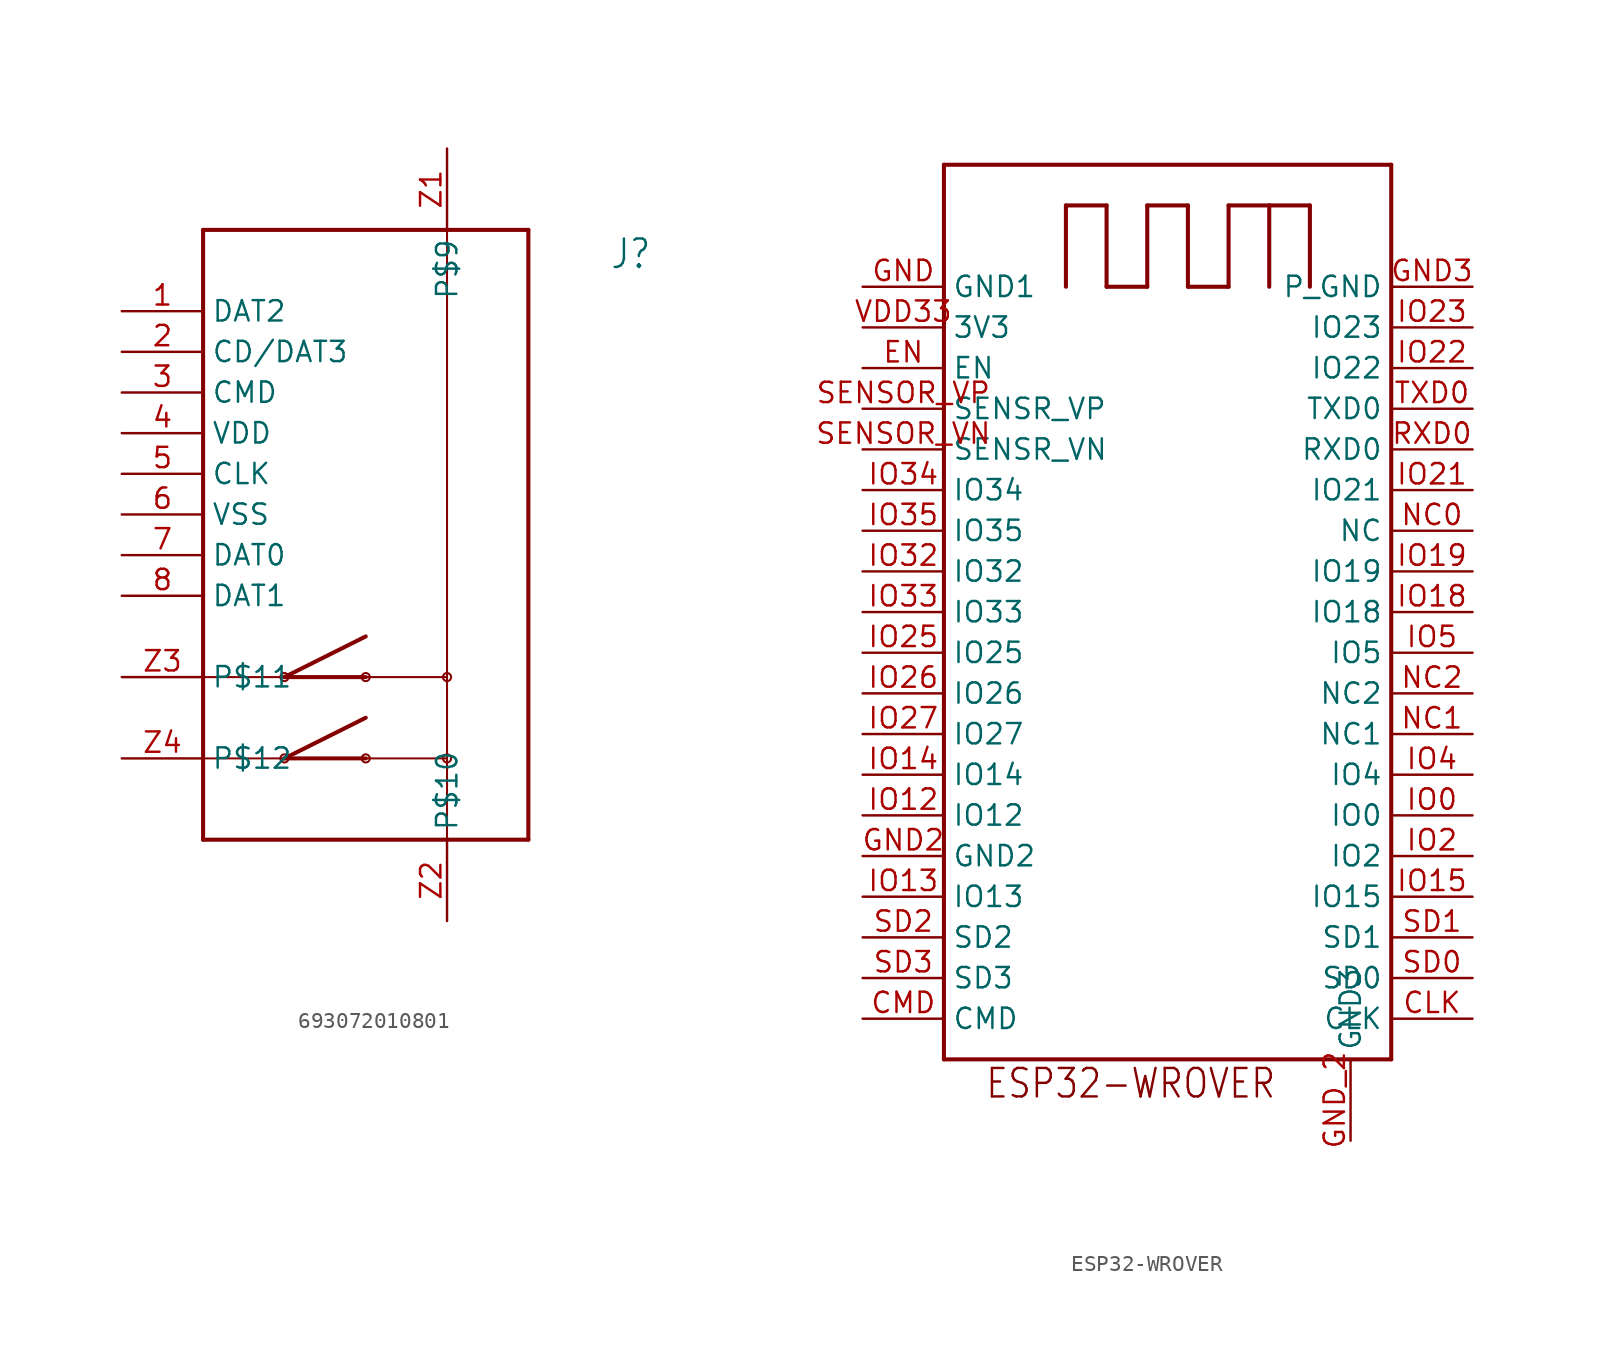
<source format=kicad_sym>
(kicad_symbol_lib
  (version 20231120)
  (generator "kicad_symbol_editor")
  (generator_version "8.0")
  (symbol "693072010801"
    (property "Reference" "J"
      (at 30.48 2.54 0)
      (effects (font (size 1.778 1.511)) (justify left bottom)))
    (property "Value" ""
      (at 30.48 0 0)
      (effects (font (size 1.778 1.511)) (justify left bottom)))
    (property "ki_locked" ""
      (at 0 0 0)
      (effects (font (size 1.27 1.27))))
    (symbol "693072010801_1_0"
      (polyline (pts (xy 5.08 -33.02) (xy 20.32 -33.02)) (stroke (width 0.254) (type solid)) (fill (type none)))
      (polyline (pts (xy 5.08 -27.94) (xy 10.16 -27.94)) (stroke (width 0.127) (type solid)) (fill (type none)))
      (polyline (pts (xy 5.08 -22.86) (xy 5.08 -33.02)) (stroke (width 0.254) (type solid)) (fill (type none)))
      (polyline (pts (xy 5.08 -22.86) (xy 10.16 -22.86)) (stroke (width 0.127) (type solid)) (fill (type none)))
      (polyline (pts (xy 5.08 5.08) (xy 5.08 -22.86)) (stroke (width 0.254) (type solid)) (fill (type none)))
      (polyline (pts (xy 10.16 -27.94) (xy 15.24 -27.94)) (stroke (width 0.254) (type solid)) (fill (type none)))
      (polyline (pts (xy 10.16 -27.94) (xy 15.24 -25.4)) (stroke (width 0.254) (type solid)) (fill (type none)))
      (polyline (pts (xy 10.16 -22.86) (xy 15.24 -22.86)) (stroke (width 0.254) (type solid)) (fill (type none)))
      (polyline (pts (xy 10.16 -22.86) (xy 15.24 -20.32)) (stroke (width 0.254) (type solid)) (fill (type none)))
      (polyline (pts (xy 15.24 -27.94) (xy 20.32 -27.94)) (stroke (width 0.127) (type solid)) (fill (type none)))
      (polyline (pts (xy 15.24 -22.86) (xy 20.32 -22.86)) (stroke (width 0.127) (type solid)) (fill (type none)))
      (polyline (pts (xy 20.32 -33.02) (xy 20.32 -22.86)) (stroke (width 0.127) (type solid)) (fill (type none)))
      (polyline (pts (xy 20.32 -33.02) (xy 25.4 -33.02)) (stroke (width 0.254) (type solid)) (fill (type none)))
      (polyline (pts (xy 20.32 -22.86) (xy 20.32 5.08)) (stroke (width 0.127) (type solid)) (fill (type none)))
      (polyline (pts (xy 20.32 5.08) (xy 5.08 5.08)) (stroke (width 0.254) (type solid)) (fill (type none)))
      (polyline (pts (xy 25.4 -33.02) (xy 25.4 5.08)) (stroke (width 0.254) (type solid)) (fill (type none)))
      (polyline (pts (xy 25.4 5.08) (xy 20.32 5.08)) (stroke (width 0.254) (type solid)) (fill (type none)))
      (circle (center 10.16 -27.94) (radius 0.254) (stroke (width 0.127) (type solid)) (fill (type none)))
      (circle (center 10.16 -22.86) (radius 0.254) (stroke (width 0.127) (type solid)) (fill (type none)))
      (circle (center 15.24 -27.94) (radius 0.254) (stroke (width 0.127) (type solid)) (fill (type none)))
      (circle (center 15.24 -22.86) (radius 0.254) (stroke (width 0.127) (type solid)) (fill (type none)))
      (circle (center 20.32 -27.94) (radius 0.254) (stroke (width 0.127) (type solid)) (fill (type none)))
      (circle (center 20.32 -22.86) (radius 0.254) (stroke (width 0.127) (type solid)) (fill (type none)))
      (pin bidirectional line (at 0 0 0) (length 5.08) (name "DAT2" (effects (font (size 1.27 1.27)))) (number "1" (effects (font (size 1.27 1.27)))))
      (pin bidirectional line (at 0 -2.54 0) (length 5.08) (name "CD/DAT3" (effects (font (size 1.27 1.27)))) (number "2" (effects (font (size 1.27 1.27)))))
      (pin bidirectional line (at 0 -5.08 0) (length 5.08) (name "CMD" (effects (font (size 1.27 1.27)))) (number "3" (effects (font (size 1.27 1.27)))))
      (pin bidirectional line (at 0 -7.62 0) (length 5.08) (name "VDD" (effects (font (size 1.27 1.27)))) (number "4" (effects (font (size 1.27 1.27)))))
      (pin bidirectional line (at 0 -10.16 0) (length 5.08) (name "CLK" (effects (font (size 1.27 1.27)))) (number "5" (effects (font (size 1.27 1.27)))))
      (pin bidirectional line (at 0 -12.7 0) (length 5.08) (name "VSS" (effects (font (size 1.27 1.27)))) (number "6" (effects (font (size 1.27 1.27)))))
      (pin bidirectional line (at 0 -15.24 0) (length 5.08) (name "DAT0" (effects (font (size 1.27 1.27)))) (number "7" (effects (font (size 1.27 1.27)))))
      (pin bidirectional line (at 0 -17.78 0) (length 5.08) (name "DAT1" (effects (font (size 1.27 1.27)))) (number "8" (effects (font (size 1.27 1.27)))))
      (pin bidirectional line (at 20.32 10.16 270) (length 5.08) (name "P$9" (effects (font (size 1.27 1.27)))) (number "Z1" (effects (font (size 1.27 1.27)))))
      (pin bidirectional line (at 20.32 -38.1 90) (length 5.08) (name "P$10" (effects (font (size 1.27 1.27)))) (number "Z2" (effects (font (size 1.27 1.27)))))
      (pin bidirectional line (at 0 -22.86 0) (length 5.08) (name "P$11" (effects (font (size 1.27 1.27)))) (number "Z3" (effects (font (size 1.27 1.27)))))
      (pin bidirectional line (at 0 -27.94 0) (length 5.08) (name "P$12" (effects (font (size 1.27 1.27)))) (number "Z4" (effects (font (size 1.27 1.27)))))))
  (symbol "ESP32-WROVER"
    (property "Reference" ""
      (at -10.16 30.48 0)
      (effects (font (size 1.778 1.511)) (justify left bottom) (hide yes)))
    (property "ki_locked" ""
      (at 0 0 0)
      (effects (font (size 1.27 1.27))))
    (symbol "ESP32-WROVER_1_0"
      (polyline (pts (xy -10.16 -27.94) (xy 17.78 -27.94)) (stroke (width 0.254) (type solid)) (fill (type none)))
      (polyline (pts (xy -10.16 27.94) (xy -10.16 -27.94)) (stroke (width 0.254) (type solid)) (fill (type none)))
      (polyline (pts (xy -2.54 25.4) (xy -2.54 20.32)) (stroke (width 0.254) (type solid)) (fill (type none)))
      (polyline (pts (xy -2.54 25.4) (xy 0 25.4)) (stroke (width 0.254) (type solid)) (fill (type none)))
      (polyline (pts (xy 0 20.32) (xy 2.54 20.32)) (stroke (width 0.254) (type solid)) (fill (type none)))
      (polyline (pts (xy 0 25.4) (xy 0 20.32)) (stroke (width 0.254) (type solid)) (fill (type none)))
      (polyline (pts (xy 2.54 20.32) (xy 2.54 25.4)) (stroke (width 0.254) (type solid)) (fill (type none)))
      (polyline (pts (xy 2.54 25.4) (xy 5.08 25.4)) (stroke (width 0.254) (type solid)) (fill (type none)))
      (polyline (pts (xy 5.08 20.32) (xy 7.62 20.32)) (stroke (width 0.254) (type solid)) (fill (type none)))
      (polyline (pts (xy 5.08 25.4) (xy 5.08 20.32)) (stroke (width 0.254) (type solid)) (fill (type none)))
      (polyline (pts (xy 7.62 20.32) (xy 7.62 25.4)) (stroke (width 0.254) (type solid)) (fill (type none)))
      (polyline (pts (xy 7.62 25.4) (xy 10.16 25.4)) (stroke (width 0.254) (type solid)) (fill (type none)))
      (polyline (pts (xy 10.16 25.4) (xy 10.16 20.32)) (stroke (width 0.254) (type solid)) (fill (type none)))
      (polyline (pts (xy 10.16 25.4) (xy 12.7 25.4)) (stroke (width 0.254) (type solid)) (fill (type none)))
      (polyline (pts (xy 12.7 25.4) (xy 12.7 20.32)) (stroke (width 0.254) (type solid)) (fill (type none)))
      (polyline (pts (xy 17.78 -27.94) (xy 17.78 27.94)) (stroke (width 0.254) (type solid)) (fill (type none)))
      (polyline (pts (xy 17.78 27.94) (xy -10.16 27.94)) (stroke (width 0.254) (type solid)) (fill (type none)))
      (text "ESP32-WROVER" (at -7.62 -30.48 0) (effects (font (size 1.778 1.511)) (justify left bottom)))
      (pin bidirectional line (at 22.86 -25.4 180) (length 5.08) (name "CLK" (effects (font (size 1.27 1.27)))) (number "CLK" (effects (font (size 1.27 1.27)))))
      (pin bidirectional line (at -15.24 -25.4 0) (length 5.08) (name "CMD" (effects (font (size 1.27 1.27)))) (number "CMD" (effects (font (size 1.27 1.27)))))
      (pin bidirectional line (at -15.24 15.24 0) (length 5.08) (name "EN" (effects (font (size 1.27 1.27)))) (number "EN" (effects (font (size 1.27 1.27)))))
      (pin bidirectional line (at -15.24 20.32 0) (length 5.08) (name "GND1" (effects (font (size 1.27 1.27)))) (number "GND" (effects (font (size 1.27 1.27)))))
      (pin bidirectional line (at -15.24 -15.24 0) (length 5.08) (name "GND2" (effects (font (size 1.27 1.27)))) (number "GND2" (effects (font (size 1.27 1.27)))))
      (pin bidirectional line (at 22.86 20.32 180) (length 5.08) (name "P_GND" (effects (font (size 1.27 1.27)))) (number "GND3" (effects (font (size 1.27 1.27)))))
      (pin bidirectional line (at 15.24 -33.02 90) (length 5.08) (name "GND3" (effects (font (size 1.27 1.27)))) (number "GND_2" (effects (font (size 1.27 1.27)))))
      (pin bidirectional line (at 22.86 -12.7 180) (length 5.08) (name "IO0" (effects (font (size 1.27 1.27)))) (number "IO0" (effects (font (size 1.27 1.27)))))
      (pin bidirectional line (at -15.24 -12.7 0) (length 5.08) (name "IO12" (effects (font (size 1.27 1.27)))) (number "IO12" (effects (font (size 1.27 1.27)))))
      (pin bidirectional line (at -15.24 -17.78 0) (length 5.08) (name "IO13" (effects (font (size 1.27 1.27)))) (number "IO13" (effects (font (size 1.27 1.27)))))
      (pin bidirectional line (at -15.24 -10.16 0) (length 5.08) (name "IO14" (effects (font (size 1.27 1.27)))) (number "IO14" (effects (font (size 1.27 1.27)))))
      (pin bidirectional line (at 22.86 -17.78 180) (length 5.08) (name "IO15" (effects (font (size 1.27 1.27)))) (number "IO15" (effects (font (size 1.27 1.27)))))
      (pin bidirectional line (at 22.86 0 180) (length 5.08) (name "IO18" (effects (font (size 1.27 1.27)))) (number "IO18" (effects (font (size 1.27 1.27)))))
      (pin bidirectional line (at 22.86 2.54 180) (length 5.08) (name "IO19" (effects (font (size 1.27 1.27)))) (number "IO19" (effects (font (size 1.27 1.27)))))
      (pin bidirectional line (at 22.86 -15.24 180) (length 5.08) (name "IO2" (effects (font (size 1.27 1.27)))) (number "IO2" (effects (font (size 1.27 1.27)))))
      (pin bidirectional line (at 22.86 7.62 180) (length 5.08) (name "IO21" (effects (font (size 1.27 1.27)))) (number "IO21" (effects (font (size 1.27 1.27)))))
      (pin bidirectional line (at 22.86 15.24 180) (length 5.08) (name "IO22" (effects (font (size 1.27 1.27)))) (number "IO22" (effects (font (size 1.27 1.27)))))
      (pin bidirectional line (at 22.86 17.78 180) (length 5.08) (name "IO23" (effects (font (size 1.27 1.27)))) (number "IO23" (effects (font (size 1.27 1.27)))))
      (pin bidirectional line (at -15.24 -2.54 0) (length 5.08) (name "IO25" (effects (font (size 1.27 1.27)))) (number "IO25" (effects (font (size 1.27 1.27)))))
      (pin bidirectional line (at -15.24 -5.08 0) (length 5.08) (name "IO26" (effects (font (size 1.27 1.27)))) (number "IO26" (effects (font (size 1.27 1.27)))))
      (pin bidirectional line (at -15.24 -7.62 0) (length 5.08) (name "IO27" (effects (font (size 1.27 1.27)))) (number "IO27" (effects (font (size 1.27 1.27)))))
      (pin bidirectional line (at -15.24 2.54 0) (length 5.08) (name "IO32" (effects (font (size 1.27 1.27)))) (number "IO32" (effects (font (size 1.27 1.27)))))
      (pin bidirectional line (at -15.24 0 0) (length 5.08) (name "IO33" (effects (font (size 1.27 1.27)))) (number "IO33" (effects (font (size 1.27 1.27)))))
      (pin bidirectional line (at -15.24 7.62 0) (length 5.08) (name "IO34" (effects (font (size 1.27 1.27)))) (number "IO34" (effects (font (size 1.27 1.27)))))
      (pin bidirectional line (at -15.24 5.08 0) (length 5.08) (name "IO35" (effects (font (size 1.27 1.27)))) (number "IO35" (effects (font (size 1.27 1.27)))))
      (pin bidirectional line (at 22.86 -10.16 180) (length 5.08) (name "IO4" (effects (font (size 1.27 1.27)))) (number "IO4" (effects (font (size 1.27 1.27)))))
      (pin bidirectional line (at 22.86 -2.54 180) (length 5.08) (name "IO5" (effects (font (size 1.27 1.27)))) (number "IO5" (effects (font (size 1.27 1.27)))))
      (pin bidirectional line (at 22.86 5.08 180) (length 5.08) (name "NC" (effects (font (size 1.27 1.27)))) (number "NC0" (effects (font (size 1.27 1.27)))))
      (pin bidirectional line (at 22.86 -7.62 180) (length 5.08) (name "NC1" (effects (font (size 1.27 1.27)))) (number "NC1" (effects (font (size 1.27 1.27)))))
      (pin bidirectional line (at 22.86 -5.08 180) (length 5.08) (name "NC2" (effects (font (size 1.27 1.27)))) (number "NC2" (effects (font (size 1.27 1.27)))))
      (pin bidirectional line (at 22.86 10.16 180) (length 5.08) (name "RXD0" (effects (font (size 1.27 1.27)))) (number "RXD0" (effects (font (size 1.27 1.27)))))
      (pin bidirectional line (at 22.86 -22.86 180) (length 5.08) (name "SD0" (effects (font (size 1.27 1.27)))) (number "SD0" (effects (font (size 1.27 1.27)))))
      (pin bidirectional line (at 22.86 -20.32 180) (length 5.08) (name "SD1" (effects (font (size 1.27 1.27)))) (number "SD1" (effects (font (size 1.27 1.27)))))
      (pin bidirectional line (at -15.24 -20.32 0) (length 5.08) (name "SD2" (effects (font (size 1.27 1.27)))) (number "SD2" (effects (font (size 1.27 1.27)))))
      (pin bidirectional line (at -15.24 -22.86 0) (length 5.08) (name "SD3" (effects (font (size 1.27 1.27)))) (number "SD3" (effects (font (size 1.27 1.27)))))
      (pin bidirectional line (at -15.24 10.16 0) (length 5.08) (name "SENSR_VN" (effects (font (size 1.27 1.27)))) (number "SENSOR_VN" (effects (font (size 1.27 1.27)))))
      (pin bidirectional line (at -15.24 12.7 0) (length 5.08) (name "SENSR_VP" (effects (font (size 1.27 1.27)))) (number "SENSOR_VP" (effects (font (size 1.27 1.27)))))
      (pin bidirectional line (at 22.86 12.7 180) (length 5.08) (name "TXD0" (effects (font (size 1.27 1.27)))) (number "TXD0" (effects (font (size 1.27 1.27)))))
      (pin bidirectional line (at -15.24 17.78 0) (length 5.08) (name "3V3" (effects (font (size 1.27 1.27)))) (number "VDD33" (effects (font (size 1.27 1.27))))))))
</source>
